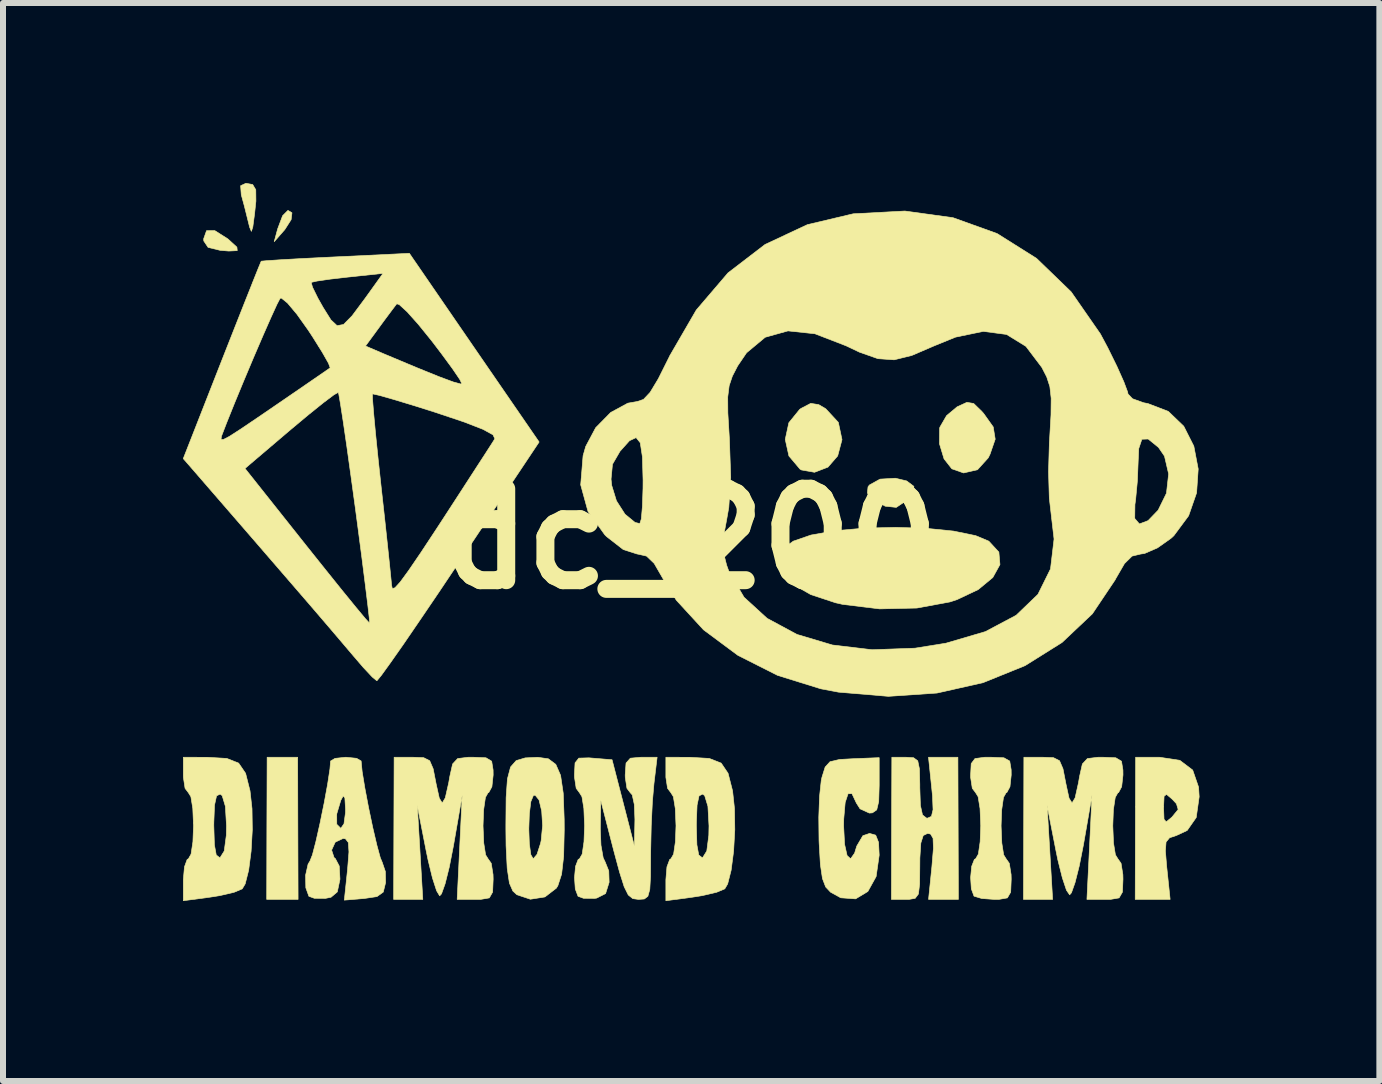
<source format=kicad_pcb>
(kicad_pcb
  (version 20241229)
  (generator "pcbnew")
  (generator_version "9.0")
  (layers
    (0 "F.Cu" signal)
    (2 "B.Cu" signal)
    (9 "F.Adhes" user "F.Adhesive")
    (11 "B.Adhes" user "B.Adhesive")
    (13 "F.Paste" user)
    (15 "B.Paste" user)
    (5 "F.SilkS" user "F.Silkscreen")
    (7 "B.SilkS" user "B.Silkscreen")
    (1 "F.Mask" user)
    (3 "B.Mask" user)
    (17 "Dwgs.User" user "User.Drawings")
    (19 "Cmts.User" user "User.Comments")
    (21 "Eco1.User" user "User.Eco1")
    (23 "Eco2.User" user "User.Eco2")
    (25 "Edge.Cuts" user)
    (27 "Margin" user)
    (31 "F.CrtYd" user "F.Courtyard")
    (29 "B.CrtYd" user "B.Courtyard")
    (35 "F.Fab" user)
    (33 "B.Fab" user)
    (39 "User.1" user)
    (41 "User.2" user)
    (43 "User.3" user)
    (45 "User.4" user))
  (footprint "dc_200"
    (layer "F.Cu")
    (at 8.473 5.932)
    (property "Reference" "dc_200" (at 0 0 0) (layer "F.SilkS") (effects (font (size 1.524 1.524) (thickness 0.3))))
    (attr through_hole)
    (fp_poly (pts (xy -6.558 4.826) (xy -6.554 6.011) (xy -7.077 6.011) (xy -7.074 4.826) (xy -7.07 3.641) (xy -6.561 3.641) (xy -6.558 4.826)) (stroke (width 0.01) (type solid)) (fill yes) (layer "F.SilkS"))
    (fp_poly (pts (xy -6.656 -5.435) (xy -6.67 -5.32) (xy -6.774 -5.157) (xy -6.778 -5.152) (xy -6.952 -4.953) (xy -6.895 -5.165) (xy -6.812 -5.386) (xy -6.723 -5.475) (xy -6.656 -5.435)) (stroke (width 0.01) (type solid)) (fill yes) (layer "F.SilkS"))
    (fp_poly (pts (xy -7.728 -5.002) (xy -7.714 -4.99) (xy -7.574 -4.862) (xy -7.568 -4.804) (xy -7.71 -4.797) (xy -7.853 -4.809) (xy -8.054 -4.858) (xy -8.126 -4.965) (xy -8.128 -5.001) (xy -8.08 -5.137) (xy -7.943 -5.138) (xy -7.728 -5.002)) (stroke (width 0.01) (type solid)) (fill yes) (layer "F.SilkS"))
    (fp_poly (pts (xy -7.311 -5.906) (xy -7.259 -5.819) (xy -7.257 -5.629) (xy -7.279 -5.419) (xy -7.309 -5.195) (xy -7.333 -5.125) (xy -7.362 -5.195) (xy -7.386 -5.292) (xy -7.449 -5.545) (xy -7.501 -5.736) (xy -7.512 -5.886) (xy -7.423 -5.927) (xy -7.311 -5.906)) (stroke (width 0.01) (type solid)) (fill yes) (layer "F.SilkS"))
    (fp_poly (pts (xy 3.591 -0.965) (xy 3.712 -0.874) (xy 3.679 -0.742) (xy 3.592 -0.641) (xy 3.418 -0.524) (xy 3.232 -0.544) (xy 3.063 -0.643) (xy 2.936 -0.761) (xy 2.947 -0.866) (xy 2.97 -0.897) (xy 3.147 -0.995) (xy 3.403 -1.01) (xy 3.591 -0.965)) (stroke (width 0.01) (type solid)) (fill yes) (layer "F.SilkS"))
    (fp_poly (pts (xy 2.125 -2.237) (xy 2.242 -2.168) (xy 2.452 -1.941) (xy 2.513 -1.653) (xy 2.441 -1.382) (xy 2.279 -1.195) (xy 2.055 -1.109) (xy 1.836 -1.148) (xy 1.812 -1.163) (xy 1.628 -1.381) (xy 1.567 -1.657) (xy 1.627 -1.935) (xy 1.808 -2.158) (xy 1.831 -2.174) (xy 1.992 -2.258) (xy 2.125 -2.237)) (stroke (width 0.01) (type solid)) (fill yes) (layer "F.SilkS"))
    (fp_poly (pts (xy 4.708 -2.256) (xy 4.842 -2.126) (xy 4.873 -2.091) (xy 5.034 -1.865) (xy 5.067 -1.661) (xy 4.981 -1.411) (xy 4.951 -1.35) (xy 4.772 -1.152) (xy 4.54 -1.098) (xy 4.344 -1.167) (xy 4.214 -1.333) (xy 4.138 -1.584) (xy 4.14 -1.842) (xy 4.145 -1.861) (xy 4.256 -2.053) (xy 4.432 -2.2) (xy 4.595 -2.275) (xy 4.708 -2.256)) (stroke (width 0.01) (type solid)) (fill yes) (layer "F.SilkS"))
    (fp_poly (pts (xy 3.914 -0.175) (xy 4.372 -0.129) (xy 4.741 -0.053) (xy 4.96 0.039) (xy 5.128 0.221) (xy 5.146 0.43) (xy 5.027 0.645) (xy 4.784 0.846) (xy 4.429 1.014) (xy 4.313 1.052) (xy 3.761 1.154) (xy 3.14 1.168) (xy 2.525 1.093) (xy 2.405 1.066) (xy 1.991 0.929) (xy 1.684 0.753) (xy 1.497 0.555) (xy 1.441 0.354) (xy 1.527 0.165) (xy 1.701 0.039) (xy 1.997 -0.063) (xy 2.407 -0.136) (xy 2.891 -0.178) (xy 3.406 -0.191) (xy 3.914 -0.175)) (stroke (width 0.01) (type solid)) (fill yes) (layer "F.SilkS"))
    (fp_poly (pts (xy 8.145 3.693) (xy 8.359 3.855) (xy 8.457 4.139) (xy 8.467 4.3) (xy 8.418 4.646) (xy 8.267 4.862) (xy 8.089 4.945) (xy 7.973 4.984) (xy 7.915 5.055) (xy 7.904 5.203) (xy 7.926 5.471) (xy 7.93 5.505) (xy 7.983 6.011) (xy 7.401 6.011) (xy 7.404 4.826) (xy 7.405 4.487) (xy 7.874 4.487) (xy 7.881 4.675) (xy 7.918 4.718) (xy 8.01 4.642) (xy 8.019 4.632) (xy 8.117 4.512) (xy 8.088 4.416) (xy 8.019 4.342) (xy 7.922 4.259) (xy 7.882 4.292) (xy 7.874 4.469) (xy 7.874 4.487) (xy 7.405 4.487) (xy 7.408 3.641) (xy 7.805 3.641) (xy 8.145 3.693)) (stroke (width 0.01) (type solid)) (fill yes) (layer "F.SilkS"))
    (fp_poly (pts (xy 3.706 3.649) (xy 3.776 3.701) (xy 3.804 3.836) (xy 3.81 4.094) (xy 3.81 4.149) (xy 3.82 4.444) (xy 3.855 4.603) (xy 3.923 4.656) (xy 3.936 4.657) (xy 4.004 4.627) (xy 4.031 4.516) (xy 4.022 4.288) (xy 4.008 4.149) (xy 3.955 3.641) (xy 4.445 3.641) (xy 4.449 4.826) (xy 4.453 6.011) (xy 3.956 6.011) (xy 4.012 5.461) (xy 4.037 5.16) (xy 4.031 4.992) (xy 3.989 4.921) (xy 3.939 4.911) (xy 3.867 4.946) (xy 3.827 5.072) (xy 3.811 5.321) (xy 3.81 5.461) (xy 3.807 5.757) (xy 3.787 5.921) (xy 3.733 5.993) (xy 3.63 6.011) (xy 3.573 6.011) (xy 3.337 6.011) (xy 3.34 4.826) (xy 3.344 3.641) (xy 3.577 3.641) (xy 3.706 3.649)) (stroke (width 0.01) (type solid)) (fill yes) (layer "F.SilkS"))
    (fp_poly (pts (xy -2.382 3.667) (xy -2.258 3.76) (xy -2.178 3.943) (xy -2.134 4.241) (xy -2.118 4.676) (xy -2.117 4.855) (xy -2.127 5.292) (xy -2.161 5.59) (xy -2.223 5.781) (xy -2.248 5.823) (xy -2.439 5.97) (xy -2.682 6.008) (xy -2.907 5.933) (xy -2.974 5.871) (xy -3.031 5.74) (xy -3.068 5.494) (xy -3.087 5.115) (xy -3.09 4.837) (xy -2.708 4.837) (xy -2.699 5.083) (xy -2.674 5.266) (xy -2.634 5.334) (xy -2.571 5.26) (xy -2.512 5.077) (xy -2.502 5.031) (xy -2.478 4.78) (xy -2.493 4.538) (xy -2.537 4.354) (xy -2.602 4.273) (xy -2.632 4.28) (xy -2.674 4.381) (xy -2.699 4.585) (xy -2.708 4.837) (xy -3.09 4.837) (xy -3.09 4.768) (xy -3.086 4.313) (xy -3.064 4.001) (xy -3.012 3.804) (xy -2.918 3.697) (xy -2.768 3.652) (xy -2.559 3.642) (xy -2.382 3.667)) (stroke (width 0.01) (type solid)) (fill yes) (layer "F.SilkS"))
    (fp_poly (pts (xy 3.133 4.11) (xy 3.125 4.379) (xy 3.092 4.518) (xy 3.02 4.568) (xy 2.969 4.572) (xy 2.814 4.501) (xy 2.752 4.403) (xy 2.679 4.248) (xy 2.614 4.25) (xy 2.566 4.395) (xy 2.542 4.67) (xy 2.54 4.784) (xy 2.556 5.092) (xy 2.598 5.28) (xy 2.656 5.334) (xy 2.723 5.24) (xy 2.759 5.122) (xy 2.861 4.949) (xy 2.973 4.911) (xy 3.075 4.94) (xy 3.122 5.058) (xy 3.133 5.273) (xy 3.082 5.63) (xy 2.944 5.879) (xy 2.74 6.002) (xy 2.492 5.984) (xy 2.323 5.891) (xy 2.241 5.804) (xy 2.187 5.663) (xy 2.153 5.432) (xy 2.132 5.072) (xy 2.13 5.022) (xy 2.126 4.643) (xy 2.139 4.292) (xy 2.167 4.031) (xy 2.178 3.978) (xy 2.232 3.805) (xy 2.314 3.715) (xy 2.473 3.678) (xy 2.693 3.666) (xy 3.133 3.648) (xy 3.133 4.11)) (stroke (width 0.01) (type solid)) (fill yes) (layer "F.SilkS"))
    (fp_poly (pts (xy 5.212 3.65) (xy 5.309 3.705) (xy 5.333 3.85) (xy 5.334 3.937) (xy 5.313 4.133) (xy 5.26 4.231) (xy 5.249 4.233) (xy 5.205 4.311) (xy 5.175 4.517) (xy 5.165 4.784) (xy 5.177 5.071) (xy 5.208 5.268) (xy 5.249 5.334) (xy 5.302 5.409) (xy 5.332 5.597) (xy 5.334 5.673) (xy 5.325 5.89) (xy 5.27 5.986) (xy 5.128 6.011) (xy 5.052 6.011) (xy 4.843 5.996) (xy 4.717 5.958) (xy 4.713 5.955) (xy 4.669 5.835) (xy 4.657 5.646) (xy 4.675 5.459) (xy 4.72 5.344) (xy 4.741 5.334) (xy 4.786 5.256) (xy 4.816 5.05) (xy 4.826 4.784) (xy 4.814 4.496) (xy 4.782 4.299) (xy 4.741 4.233) (xy 4.685 4.159) (xy 4.657 3.976) (xy 4.657 3.937) (xy 4.667 3.747) (xy 4.73 3.663) (xy 4.895 3.641) (xy 4.995 3.641) (xy 5.212 3.65)) (stroke (width 0.01) (type solid)) (fill yes) (layer "F.SilkS"))
    (fp_poly (pts (xy -8.065 3.642) (xy -7.742 3.661) (xy -7.545 3.739) (xy -7.429 3.909) (xy -7.355 4.202) (xy -7.322 4.499) (xy -7.317 4.851) (xy -7.337 5.208) (xy -7.378 5.525) (xy -7.436 5.753) (xy -7.485 5.835) (xy -7.62 5.892) (xy -7.859 5.948) (xy -8.024 5.974) (xy -8.467 6.033) (xy -8.467 5.684) (xy -8.448 5.468) (xy -8.403 5.345) (xy -8.382 5.334) (xy -8.338 5.256) (xy -8.307 5.05) (xy -8.297 4.784) (xy -7.959 4.784) (xy -7.949 5.101) (xy -7.918 5.271) (xy -7.861 5.315) (xy -7.853 5.313) (xy -7.785 5.204) (xy -7.75 4.941) (xy -7.747 4.784) (xy -7.766 4.459) (xy -7.819 4.282) (xy -7.853 4.255) (xy -7.913 4.285) (xy -7.947 4.439) (xy -7.959 4.738) (xy -7.959 4.784) (xy -8.297 4.784) (xy -8.309 4.496) (xy -8.341 4.299) (xy -8.382 4.233) (xy -8.438 4.159) (xy -8.466 3.976) (xy -8.467 3.937) (xy -8.467 3.641) (xy -8.065 3.642)) (stroke (width 0.01) (type solid)) (fill yes) (layer "F.SilkS"))
    (fp_poly (pts (xy -0.021 3.642) (xy 0.301 3.661) (xy 0.499 3.739) (xy 0.614 3.909) (xy 0.689 4.202) (xy 0.721 4.499) (xy 0.726 4.851) (xy 0.706 5.208) (xy 0.665 5.525) (xy 0.607 5.753) (xy 0.559 5.835) (xy 0.423 5.892) (xy 0.184 5.948) (xy 0.019 5.974) (xy -0.423 6.033) (xy -0.423 5.684) (xy -0.405 5.468) (xy -0.359 5.345) (xy -0.339 5.334) (xy -0.294 5.256) (xy -0.264 5.05) (xy -0.254 4.784) (xy 0.085 4.784) (xy 0.094 5.101) (xy 0.125 5.271) (xy 0.182 5.315) (xy 0.191 5.313) (xy 0.259 5.204) (xy 0.293 4.941) (xy 0.296 4.784) (xy 0.278 4.459) (xy 0.224 4.282) (xy 0.191 4.255) (xy 0.13 4.285) (xy 0.097 4.439) (xy 0.085 4.738) (xy 0.085 4.784) (xy -0.254 4.784) (xy -0.266 4.496) (xy -0.298 4.299) (xy -0.339 4.233) (xy -0.395 4.159) (xy -0.423 3.976) (xy -0.423 3.937) (xy -0.423 3.641) (xy -0.021 3.642)) (stroke (width 0.01) (type solid)) (fill yes) (layer "F.SilkS"))
    (fp_poly (pts (xy -4.461 3.648) (xy -4.36 3.699) (xy -4.302 3.834) (xy -4.253 4.085) (xy -4.2 4.324) (xy -4.151 4.403) (xy -4.1 4.318) (xy -4.043 4.067) (xy -4.024 3.958) (xy -3.978 3.753) (xy -3.894 3.663) (xy -3.715 3.641) (xy -3.637 3.641) (xy -3.422 3.65) (xy -3.327 3.707) (xy -3.303 3.854) (xy -3.302 3.937) (xy -3.323 4.133) (xy -3.376 4.231) (xy -3.387 4.233) (xy -3.431 4.311) (xy -3.461 4.517) (xy -3.471 4.784) (xy -3.459 5.071) (xy -3.428 5.268) (xy -3.387 5.334) (xy -3.334 5.409) (xy -3.304 5.597) (xy -3.302 5.673) (xy -3.311 5.889) (xy -3.366 5.986) (xy -3.512 6.011) (xy -3.602 6.011) (xy -3.902 6.011) (xy -3.86 5.144) (xy -3.818 4.276) (xy -3.965 5.122) (xy -4.034 5.474) (xy -4.103 5.75) (xy -4.163 5.918) (xy -4.194 5.952) (xy -4.245 5.867) (xy -4.314 5.654) (xy -4.388 5.35) (xy -4.421 5.19) (xy -4.567 4.445) (xy -4.475 6.011) (xy -4.961 6.011) (xy -4.957 4.826) (xy -4.953 3.641) (xy -4.642 3.641) (xy -4.461 3.648)) (stroke (width 0.01) (type solid)) (fill yes) (layer "F.SilkS"))
    (fp_poly (pts (xy 6.038 3.648) (xy 6.139 3.699) (xy 6.197 3.834) (xy 6.246 4.085) (xy 6.298 4.324) (xy 6.348 4.403) (xy 6.399 4.318) (xy 6.455 4.067) (xy 6.474 3.958) (xy 6.52 3.753) (xy 6.604 3.663) (xy 6.784 3.641) (xy 6.862 3.641) (xy 7.077 3.65) (xy 7.172 3.707) (xy 7.196 3.854) (xy 7.197 3.937) (xy 7.175 4.133) (xy 7.123 4.231) (xy 7.112 4.233) (xy 7.068 4.311) (xy 7.037 4.517) (xy 7.027 4.784) (xy 7.039 5.071) (xy 7.071 5.268) (xy 7.112 5.334) (xy 7.165 5.409) (xy 7.195 5.597) (xy 7.197 5.673) (xy 7.188 5.889) (xy 7.132 5.986) (xy 6.987 6.011) (xy 6.896 6.011) (xy 6.596 6.011) (xy 6.639 5.144) (xy 6.681 4.276) (xy 6.537 5.105) (xy 6.468 5.454) (xy 6.398 5.731) (xy 6.338 5.9) (xy 6.308 5.935) (xy 6.255 5.858) (xy 6.186 5.651) (xy 6.111 5.352) (xy 6.078 5.19) (xy 5.932 4.445) (xy 6.024 6.011) (xy 5.538 6.011) (xy 5.542 4.826) (xy 5.545 3.641) (xy 5.856 3.641) (xy 6.038 3.648)) (stroke (width 0.01) (type solid)) (fill yes) (layer "F.SilkS"))
    (fp_poly (pts (xy -5.579 3.659) (xy -5.503 3.703) (xy -5.503 3.704) (xy -5.486 3.88) (xy -5.441 4.154) (xy -5.379 4.481) (xy -5.309 4.815) (xy -5.24 5.109) (xy -5.183 5.318) (xy -5.152 5.391) (xy -5.099 5.546) (xy -5.095 5.731) (xy -5.134 5.889) (xy -5.239 5.964) (xy -5.453 5.996) (xy -5.783 6.023) (xy -5.729 5.509) (xy -5.706 5.22) (xy -5.716 5.063) (xy -5.764 5.001) (xy -5.804 4.995) (xy -5.935 5.057) (xy -5.995 5.189) (xy -5.954 5.314) (xy -5.933 5.33) (xy -5.868 5.454) (xy -5.856 5.669) (xy -5.857 5.682) (xy -5.9 5.886) (xy -6.005 5.975) (xy -6.099 5.994) (xy -6.284 5.992) (xy -6.374 5.959) (xy -6.425 5.817) (xy -6.429 5.608) (xy -6.387 5.422) (xy -6.356 5.372) (xy -6.315 5.268) (xy -6.256 5.042) (xy -6.188 4.74) (xy -6.157 4.587) (xy -5.91 4.587) (xy -5.909 4.759) (xy -5.842 4.826) (xy -5.789 4.751) (xy -5.764 4.566) (xy -5.763 4.508) (xy -5.774 4.32) (xy -5.801 4.285) (xy -5.842 4.36) (xy -5.91 4.587) (xy -6.157 4.587) (xy -6.12 4.408) (xy -6.062 4.092) (xy -6.023 3.836) (xy -6.012 3.704) (xy -5.938 3.66) (xy -5.76 3.641) (xy -5.757 3.641) (xy -5.579 3.659)) (stroke (width 0.01) (type solid)) (fill yes) (layer "F.SilkS"))
    (fp_poly (pts (xy -0.622 4.085) (xy -0.648 4.386) (xy -0.667 4.781) (xy -0.676 5.193) (xy -0.677 5.271) (xy -0.679 5.625) (xy -0.691 5.844) (xy -0.723 5.959) (xy -0.782 6.004) (xy -0.879 6.011) (xy -0.879 6.011) (xy -0.975 5.998) (xy -1.05 5.937) (xy -1.118 5.8) (xy -1.195 5.557) (xy -1.295 5.186) (xy -1.508 4.36) (xy -1.516 4.83) (xy -1.505 5.107) (xy -1.468 5.317) (xy -1.433 5.391) (xy -1.375 5.536) (xy -1.369 5.726) (xy -1.428 5.914) (xy -1.576 5.989) (xy -1.612 5.994) (xy -1.797 5.992) (xy -1.887 5.959) (xy -1.933 5.838) (xy -1.946 5.648) (xy -1.929 5.46) (xy -1.885 5.345) (xy -1.863 5.334) (xy -1.818 5.256) (xy -1.788 5.05) (xy -1.778 4.784) (xy -1.79 4.496) (xy -1.822 4.299) (xy -1.863 4.233) (xy -1.918 4.159) (xy -1.946 3.975) (xy -1.947 3.932) (xy -1.937 3.735) (xy -1.874 3.656) (xy -1.706 3.651) (xy -1.634 3.657) (xy -1.32 3.683) (xy -0.948 5.122) (xy -0.939 4.678) (xy -0.949 4.429) (xy -0.984 4.268) (xy -1.016 4.233) (xy -1.072 4.159) (xy -1.1 3.976) (xy -1.101 3.937) (xy -1.087 3.738) (xy -1.015 3.657) (xy -0.837 3.641) (xy -0.835 3.641) (xy -0.569 3.641) (xy -0.622 4.085)) (stroke (width 0.01) (type solid)) (fill yes) (layer "F.SilkS"))
    (fp_poly (pts (xy 4.364 -5.353) (xy 5.098 -5.089) (xy 5.756 -4.675) (xy 6.333 -4.117) (xy 6.82 -3.416) (xy 6.943 -3.186) (xy 7.096 -2.875) (xy 7.212 -2.615) (xy 7.275 -2.446) (xy 7.281 -2.414) (xy 7.356 -2.335) (xy 7.543 -2.268) (xy 7.612 -2.255) (xy 7.953 -2.124) (xy 8.21 -1.877) (xy 8.378 -1.545) (xy 8.451 -1.164) (xy 8.424 -0.766) (xy 8.291 -0.384) (xy 8.045 -0.052) (xy 7.997 -0.008) (xy 7.772 0.151) (xy 7.558 0.244) (xy 7.491 0.254) (xy 7.349 0.288) (xy 7.222 0.413) (xy 7.077 0.663) (xy 7.066 0.685) (xy 6.687 1.25) (xy 6.18 1.729) (xy 5.565 2.114) (xy 4.864 2.398) (xy 4.097 2.571) (xy 3.287 2.626) (xy 2.454 2.556) (xy 2.159 2.5) (xy 1.438 2.276) (xy 0.777 1.942) (xy 0.205 1.517) (xy -0.249 1.023) (xy -0.476 0.656) (xy -0.618 0.41) (xy -0.745 0.288) (xy -0.894 0.254) (xy -0.9 0.254) (xy -1.03 0.212) (xy 0.532 0.212) (xy 0.59 0.44) (xy 0.628 0.545) (xy 0.88 0.974) (xy 1.265 1.326) (xy 1.763 1.594) (xy 2.353 1.77) (xy 3.016 1.849) (xy 3.731 1.823) (xy 4.246 1.74) (xy 4.906 1.546) (xy 5.417 1.274) (xy 5.779 0.926) (xy 5.989 0.502) (xy 6.048 0.004) (xy 6.008 -0.339) (xy 7.393 -0.339) (xy 7.471 -0.248) (xy 7.615 -0.303) (xy 7.783 -0.477) (xy 7.922 -0.76) (xy 7.958 -1.082) (xy 7.889 -1.378) (xy 7.789 -1.524) (xy 7.617 -1.664) (xy 7.512 -1.66) (xy 7.46 -1.505) (xy 7.45 -1.291) (xy 7.437 -0.965) (xy 7.407 -0.647) (xy 7.396 -0.572) (xy 7.393 -0.339) (xy 6.008 -0.339) (xy 6.007 -0.348) (xy 5.969 -0.679) (xy 5.956 -1.118) (xy 5.97 -1.603) (xy 5.974 -1.665) (xy 5.997 -2.065) (xy 6 -2.342) (xy 5.978 -2.538) (xy 5.926 -2.698) (xy 5.844 -2.858) (xy 5.579 -3.208) (xy 5.256 -3.407) (xy 4.868 -3.458) (xy 4.406 -3.362) (xy 4.05 -3.217) (xy 3.675 -3.056) (xy 3.382 -2.984) (xy 3.112 -3.003) (xy 2.805 -3.111) (xy 2.582 -3.217) (xy 2.062 -3.418) (xy 1.613 -3.466) (xy 1.233 -3.36) (xy 0.922 -3.101) (xy 0.774 -2.883) (xy 0.685 -2.711) (xy 0.632 -2.553) (xy 0.608 -2.363) (xy 0.61 -2.098) (xy 0.633 -1.713) (xy 0.636 -1.661) (xy 0.658 -1.025) (xy 0.626 -0.524) (xy 0.589 -0.313) (xy 0.533 -0.011) (xy 0.532 0.212) (xy -1.03 0.212) (xy -1.133 0.179) (xy -1.412 -0.038) (xy -1.441 -0.067) (xy -1.721 -0.456) (xy -1.843 -0.9) (xy -1.835 -0.995) (xy -1.337 -0.995) (xy -1.326 -0.89) (xy -1.247 -0.633) (xy -1.104 -0.41) (xy -0.937 -0.273) (xy -0.857 -0.254) (xy -0.832 -0.332) (xy -0.814 -0.541) (xy -0.804 -0.841) (xy -0.803 -0.974) (xy -0.814 -1.366) (xy -0.85 -1.601) (xy -0.919 -1.687) (xy -1.029 -1.636) (xy -1.187 -1.46) (xy -1.313 -1.243) (xy -1.337 -0.995) (xy -1.835 -0.995) (xy -1.803 -1.386) (xy -1.759 -1.54) (xy -1.593 -1.852) (xy -1.343 -2.106) (xy -1.058 -2.261) (xy -0.898 -2.289) (xy -0.796 -2.324) (xy -0.685 -2.442) (xy -0.549 -2.668) (xy -0.37 -3.026) (xy -0.359 -3.05) (xy 0.084 -3.814) (xy 0.613 -4.433) (xy 1.231 -4.907) (xy 1.936 -5.237) (xy 2.7 -5.418) (xy 3.562 -5.464) (xy 4.364 -5.353)) (stroke (width 0.01) (type solid)) (fill yes) (layer "F.SilkS"))
    (fp_poly (pts (xy -3.618 -3.186) (xy -2.536 -1.614) (xy -3.864 0.378) (xy -4.208 0.892) (xy -4.523 1.356) (xy -4.795 1.754) (xy -5.014 2.066) (xy -5.165 2.275) (xy -5.238 2.364) (xy -5.242 2.366) (xy -5.318 2.303) (xy -5.466 2.145) (xy -5.63 1.954) (xy -5.787 1.769) (xy -6.032 1.481) (xy -6.345 1.116) (xy -6.704 0.7) (xy -7.086 0.258) (xy -7.218 0.105) (xy -8.325 -1.173) (xy -7.439 -1.173) (xy -6.408 0.125) (xy -6.09 0.523) (xy -5.811 0.87) (xy -5.586 1.146) (xy -5.431 1.332) (xy -5.362 1.407) (xy -5.36 1.408) (xy -5.367 1.324) (xy -5.393 1.096) (xy -5.436 0.747) (xy -5.492 0.303) (xy -5.56 -0.215) (xy -5.599 -0.509) (xy -5.674 -1.056) (xy -5.742 -1.544) (xy -5.801 -1.949) (xy -5.847 -2.247) (xy -5.876 -2.414) (xy -5.877 -2.416) (xy -5.315 -2.416) (xy -5.313 -2.329) (xy -5.295 -2.101) (xy -5.263 -1.758) (xy -5.219 -1.327) (xy -5.167 -0.845) (xy -5.112 -0.349) (xy -5.065 0.089) (xy -5.028 0.441) (xy -5.004 0.68) (xy -4.995 0.776) (xy -4.983 0.83) (xy -4.939 0.816) (xy -4.852 0.721) (xy -4.711 0.528) (xy -4.505 0.226) (xy -4.223 -0.202) (xy -4.12 -0.36) (xy -3.857 -0.765) (xy -3.624 -1.125) (xy -3.437 -1.413) (xy -3.314 -1.604) (xy -3.274 -1.668) (xy -3.305 -1.734) (xy -3.471 -1.825) (xy -3.782 -1.946) (xy -4.247 -2.102) (xy -4.252 -2.104) (xy -4.642 -2.227) (xy -4.97 -2.326) (xy -5.203 -2.392) (xy -5.311 -2.416) (xy -5.315 -2.416) (xy -5.877 -2.416) (xy -5.884 -2.441) (xy -5.956 -2.401) (xy -6.129 -2.271) (xy -6.379 -2.07) (xy -6.676 -1.822) (xy -7.439 -1.173) (xy -8.325 -1.173) (xy -8.468 -1.337) (xy -8.342 -1.658) (xy -7.838 -1.658) (xy -7.8 -1.655) (xy -7.698 -1.708) (xy -7.512 -1.828) (xy -7.222 -2.024) (xy -6.858 -2.273) (xy -6.537 -2.493) (xy -6.271 -2.676) (xy -6.088 -2.802) (xy -6.019 -2.85) (xy -6.047 -2.927) (xy -6.151 -3.11) (xy -6.216 -3.214) (xy -5.43 -3.214) (xy -5.107 -3.076) (xy -4.587 -2.858) (xy -4.21 -2.705) (xy -3.965 -2.614) (xy -3.842 -2.581) (xy -3.823 -2.584) (xy -3.859 -2.658) (xy -3.98 -2.836) (xy -4.165 -3.088) (xy -4.325 -3.298) (xy -4.55 -3.576) (xy -4.738 -3.786) (xy -4.867 -3.904) (xy -4.909 -3.918) (xy -4.988 -3.814) (xy -5.126 -3.629) (xy -5.196 -3.533) (xy -5.43 -3.214) (xy -6.216 -3.214) (xy -6.311 -3.366) (xy -6.386 -3.48) (xy -6.573 -3.743) (xy -6.73 -3.93) (xy -6.832 -4.013) (xy -6.853 -4.01) (xy -6.904 -3.913) (xy -7.005 -3.692) (xy -7.141 -3.383) (xy -7.298 -3.018) (xy -7.46 -2.633) (xy -7.614 -2.26) (xy -7.745 -1.934) (xy -7.799 -1.794) (xy -7.832 -1.708) (xy -7.838 -1.658) (xy -8.342 -1.658) (xy -7.825 -2.976) (xy -7.632 -3.466) (xy -7.461 -3.899) (xy -7.321 -4.251) (xy -7.312 -4.274) (xy -6.336 -4.274) (xy -6.313 -4.193) (xy -6.224 -4.012) (xy -6.136 -3.856) (xy -6.007 -3.65) (xy -5.904 -3.553) (xy -5.796 -3.573) (xy -5.654 -3.717) (xy -5.449 -3.992) (xy -5.422 -4.029) (xy -5.138 -4.425) (xy -5.723 -4.363) (xy -6.017 -4.329) (xy -6.237 -4.297) (xy -6.335 -4.275) (xy -6.336 -4.274) (xy -7.312 -4.274) (xy -7.222 -4.499) (xy -7.172 -4.62) (xy -7.168 -4.628) (xy -7.083 -4.636) (xy -6.86 -4.651) (xy -6.527 -4.67) (xy -6.116 -4.691) (xy -5.927 -4.7) (xy -4.699 -4.759) (xy -3.618 -3.186)) (stroke (width 0.01) (type solid)) (fill yes) (layer "F.SilkS")))
  (gr_rect
    (start -3 -3)
    (end 19.944 14.97)
    (stroke (width 0.1) (type default))
    (fill no)
    (layer "Edge.Cuts")))
</source>
